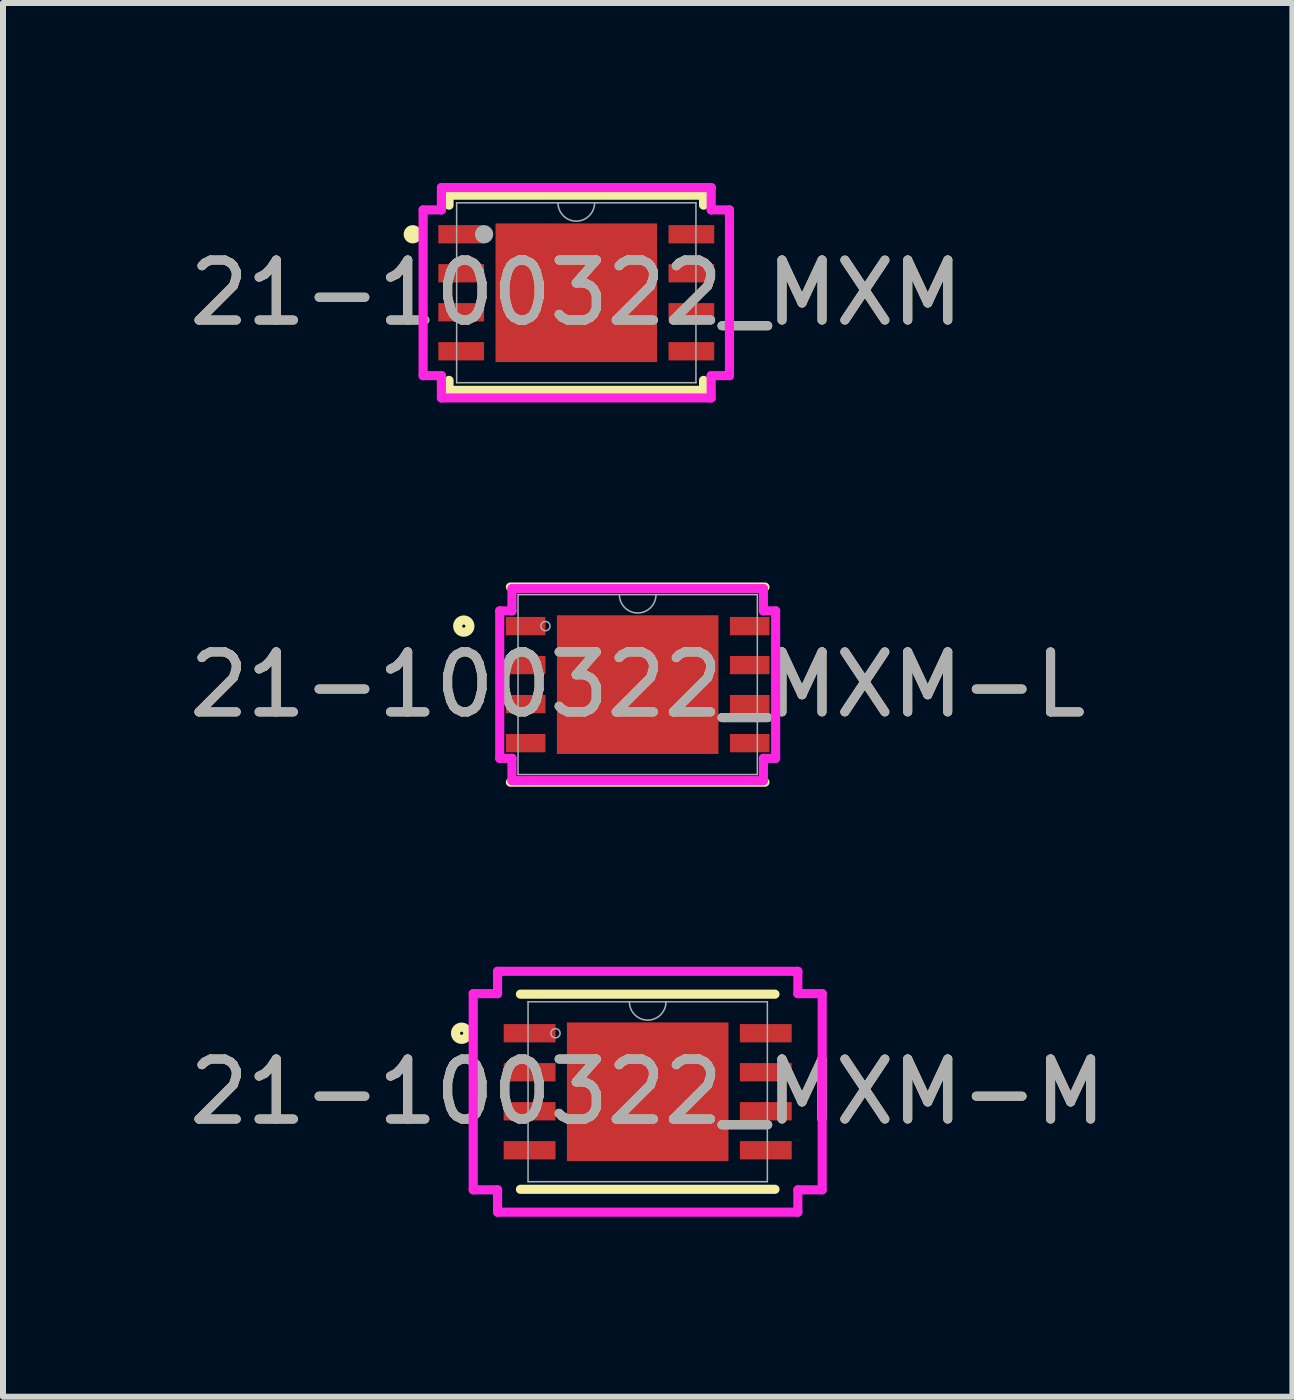
<source format=kicad_pcb>
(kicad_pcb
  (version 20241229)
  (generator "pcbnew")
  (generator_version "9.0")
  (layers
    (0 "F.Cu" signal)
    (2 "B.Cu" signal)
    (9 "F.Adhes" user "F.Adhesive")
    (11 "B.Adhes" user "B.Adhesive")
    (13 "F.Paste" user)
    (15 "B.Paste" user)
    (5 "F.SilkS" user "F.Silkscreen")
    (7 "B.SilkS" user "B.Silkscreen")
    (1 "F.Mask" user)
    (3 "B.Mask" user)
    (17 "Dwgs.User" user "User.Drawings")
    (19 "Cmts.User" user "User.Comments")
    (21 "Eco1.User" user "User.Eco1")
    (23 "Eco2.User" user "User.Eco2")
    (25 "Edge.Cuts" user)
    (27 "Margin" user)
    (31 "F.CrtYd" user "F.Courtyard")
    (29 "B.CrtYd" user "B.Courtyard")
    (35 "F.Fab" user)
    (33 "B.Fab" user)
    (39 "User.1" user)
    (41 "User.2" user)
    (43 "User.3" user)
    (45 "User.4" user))
  (footprint "21-100322_MXM-M"
    (layer "F.Cu")
    (at 7.744 15.144)
    (property "Reference" "21-100322_MXM-M" (at 0 0 0) (unlocked yes) (layer "F.SilkS") (effects (font (size 1 1) (thickness 0.15))))
    (attr smd)
    (fp_line (start -2.121 1.626) (end 2.121 1.626) (stroke (width 0.152) (type solid)) (layer "F.SilkS"))
    (fp_line (start 2.121 -1.626) (end -2.121 -1.626) (stroke (width 0.152) (type solid)) (layer "F.SilkS"))
    (fp_circle (center -3.101 -0.975) (end -2.999 -0.975) (stroke (width 0.152) (type solid)) (fill no) (layer "F.SilkS"))
    (fp_line (start -2.908 -1.635) (end -2.502 -1.635) (stroke (width 0.152) (type solid)) (layer "F.CrtYd"))
    (fp_line (start -2.908 1.635) (end -2.908 -1.635) (stroke (width 0.152) (type solid)) (layer "F.CrtYd"))
    (fp_line (start -2.908 1.635) (end -2.502 1.635) (stroke (width 0.152) (type solid)) (layer "F.CrtYd"))
    (fp_line (start -2.502 -2.007) (end 2.502 -2.007) (stroke (width 0.152) (type solid)) (layer "F.CrtYd"))
    (fp_line (start -2.502 -1.635) (end -2.502 -2.007) (stroke (width 0.152) (type solid)) (layer "F.CrtYd"))
    (fp_line (start -2.502 2.007) (end -2.502 1.635) (stroke (width 0.152) (type solid)) (layer "F.CrtYd"))
    (fp_line (start 2.502 -2.007) (end 2.502 -1.635) (stroke (width 0.152) (type solid)) (layer "F.CrtYd"))
    (fp_line (start 2.502 1.635) (end 2.502 2.007) (stroke (width 0.152) (type solid)) (layer "F.CrtYd"))
    (fp_line (start 2.502 2.007) (end -2.502 2.007) (stroke (width 0.152) (type solid)) (layer "F.CrtYd"))
    (fp_line (start 2.908 -1.635) (end 2.502 -1.635) (stroke (width 0.152) (type solid)) (layer "F.CrtYd"))
    (fp_line (start 2.908 -1.635) (end 2.908 1.635) (stroke (width 0.152) (type solid)) (layer "F.CrtYd"))
    (fp_line (start 2.908 1.635) (end 2.502 1.635) (stroke (width 0.152) (type solid)) (layer "F.CrtYd"))
    (fp_line (start -1.994 -1.499) (end -1.994 1.499) (stroke (width 0.025) (type solid)) (layer "F.Fab"))
    (fp_line (start -1.994 1.499) (end 1.994 1.499) (stroke (width 0.025) (type solid)) (layer "F.Fab"))
    (fp_line (start 1.994 -1.499) (end -1.994 -1.499) (stroke (width 0.025) (type solid)) (layer "F.Fab"))
    (fp_line (start 1.994 1.499) (end 1.994 -1.499) (stroke (width 0.025) (type solid)) (layer "F.Fab"))
    (fp_arc (start 0.3048 -1.4986) (mid 0 -1.1938) (end -0.3048 -1.4986) (stroke (width 0.0254) (type solid)) (layer "F.Fab"))
    (fp_circle (center -1.537 -0.975) (end -1.46 -0.975) (stroke (width 0.025) (type solid)) (fill no) (layer "F.Fab"))
    (fp_text user "${REFERENCE}" (at 0 0 0) (unlocked yes) (layer "F.Fab") (effects (font (size 1 1) (thickness 0.15))))
    (pad "1" smd rect (at -1.968 -0.975) (size 0.864 0.305) (layers "F.Cu" "F.Mask" "F.Paste"))
    (pad "2" smd rect (at -1.968 -0.325) (size 0.864 0.305) (layers "F.Cu" "F.Mask" "F.Paste"))
    (pad "3" smd rect (at -1.968 0.325) (size 0.864 0.305) (layers "F.Cu" "F.Mask" "F.Paste"))
    (pad "4" smd rect (at -1.968 0.975) (size 0.864 0.305) (layers "F.Cu" "F.Mask" "F.Paste"))
    (pad "5" smd rect (at 1.968 0.975) (size 0.864 0.305) (layers "F.Cu" "F.Mask" "F.Paste"))
    (pad "6" smd rect (at 1.968 0.325) (size 0.864 0.305) (layers "F.Cu" "F.Mask" "F.Paste"))
    (pad "7" smd rect (at 1.968 -0.325) (size 0.864 0.305) (layers "F.Cu" "F.Mask" "F.Paste"))
    (pad "8" smd rect (at 1.968 -0.975) (size 0.864 0.305) (layers "F.Cu" "F.Mask" "F.Paste"))
    (pad "9" smd rect (at 0 0) (size 2.692 2.311) (layers "F.Cu" "F.Mask" "F.Paste")))
  (footprint "21-100322_MXM-L"
    (layer "F.Cu")
    (at 7.577 8.359)
    (property "Reference" "21-100322_MXM-L" (at 0 0 0) (unlocked yes) (layer "F.SilkS") (effects (font (size 1 1) (thickness 0.15))))
    (attr smd)
    (fp_line (start -2.121 1.626) (end 2.121 1.626) (stroke (width 0.152) (type solid)) (layer "F.SilkS"))
    (fp_line (start 2.121 -1.626) (end -2.121 -1.626) (stroke (width 0.152) (type solid)) (layer "F.SilkS"))
    (fp_circle (center -2.898 -0.975) (end -2.796 -0.975) (stroke (width 0.152) (type solid)) (fill no) (layer "F.SilkS"))
    (fp_line (start -2.299 -1.229) (end -2.095 -1.229) (stroke (width 0.152) (type solid)) (layer "F.CrtYd"))
    (fp_line (start -2.299 1.229) (end -2.299 -1.229) (stroke (width 0.152) (type solid)) (layer "F.CrtYd"))
    (fp_line (start -2.299 1.229) (end -2.095 1.229) (stroke (width 0.152) (type solid)) (layer "F.CrtYd"))
    (fp_line (start -2.095 -1.6) (end 2.095 -1.6) (stroke (width 0.152) (type solid)) (layer "F.CrtYd"))
    (fp_line (start -2.095 -1.229) (end -2.095 -1.6) (stroke (width 0.152) (type solid)) (layer "F.CrtYd"))
    (fp_line (start -2.095 1.6) (end -2.095 1.229) (stroke (width 0.152) (type solid)) (layer "F.CrtYd"))
    (fp_line (start 2.095 -1.6) (end 2.095 -1.229) (stroke (width 0.152) (type solid)) (layer "F.CrtYd"))
    (fp_line (start 2.095 1.229) (end 2.095 1.6) (stroke (width 0.152) (type solid)) (layer "F.CrtYd"))
    (fp_line (start 2.095 1.6) (end -2.095 1.6) (stroke (width 0.152) (type solid)) (layer "F.CrtYd"))
    (fp_line (start 2.299 -1.229) (end 2.095 -1.229) (stroke (width 0.152) (type solid)) (layer "F.CrtYd"))
    (fp_line (start 2.299 -1.229) (end 2.299 1.229) (stroke (width 0.152) (type solid)) (layer "F.CrtYd"))
    (fp_line (start 2.299 1.229) (end 2.095 1.229) (stroke (width 0.152) (type solid)) (layer "F.CrtYd"))
    (fp_line (start -1.994 -1.499) (end -1.994 1.499) (stroke (width 0.025) (type solid)) (layer "F.Fab"))
    (fp_line (start -1.994 1.499) (end 1.994 1.499) (stroke (width 0.025) (type solid)) (layer "F.Fab"))
    (fp_line (start 1.994 -1.499) (end -1.994 -1.499) (stroke (width 0.025) (type solid)) (layer "F.Fab"))
    (fp_line (start 1.994 1.499) (end 1.994 -1.499) (stroke (width 0.025) (type solid)) (layer "F.Fab"))
    (fp_arc (start 0.3048 -1.4986) (mid 0 -1.1938) (end -0.3048 -1.4986) (stroke (width 0.0254) (type solid)) (layer "F.Fab"))
    (fp_circle (center -1.537 -0.975) (end -1.46 -0.975) (stroke (width 0.025) (type solid)) (fill no) (layer "F.Fab"))
    (fp_text user "${REFERENCE}" (at 0 0 0) (unlocked yes) (layer "F.Fab") (effects (font (size 1 1) (thickness 0.15))))
    (pad "1" smd rect (at -1.867 -0.975) (size 0.66 0.305) (layers "F.Cu" "F.Mask" "F.Paste"))
    (pad "2" smd rect (at -1.867 -0.325) (size 0.66 0.305) (layers "F.Cu" "F.Mask" "F.Paste"))
    (pad "3" smd rect (at -1.867 0.325) (size 0.66 0.305) (layers "F.Cu" "F.Mask" "F.Paste"))
    (pad "4" smd rect (at -1.867 0.975) (size 0.66 0.305) (layers "F.Cu" "F.Mask" "F.Paste"))
    (pad "5" smd rect (at 1.867 0.975) (size 0.66 0.305) (layers "F.Cu" "F.Mask" "F.Paste"))
    (pad "6" smd rect (at 1.867 0.325) (size 0.66 0.305) (layers "F.Cu" "F.Mask" "F.Paste"))
    (pad "7" smd rect (at 1.867 -0.325) (size 0.66 0.305) (layers "F.Cu" "F.Mask" "F.Paste"))
    (pad "8" smd rect (at 1.867 -0.975) (size 0.66 0.305) (layers "F.Cu" "F.Mask" "F.Paste"))
    (pad "9" smd rect (at 0 0) (size 2.692 2.311) (layers "F.Cu" "F.Mask" "F.Paste")))
  (footprint "21-100322_MXM"
    (layer "F.Cu")
    (at 6.554 1.829)
    (property "Reference" "21-100322_MXM" (at 0 0 0) (unlocked yes) (layer "F.SilkS") (effects (font (size 1 1) (thickness 0.15))))
    (attr smd)
    (fp_line (start -2.121 -1.626) (end -2.121 -1.46) (stroke (width 0.152) (type solid)) (layer "F.SilkS"))
    (fp_line (start -2.121 1.46) (end -2.121 1.626) (stroke (width 0.152) (type solid)) (layer "F.SilkS"))
    (fp_line (start -2.121 1.626) (end 2.121 1.626) (stroke (width 0.152) (type solid)) (layer "F.SilkS"))
    (fp_line (start 2.121 -1.626) (end -2.121 -1.626) (stroke (width 0.152) (type solid)) (layer "F.SilkS"))
    (fp_line (start 2.121 -1.46) (end 2.121 -1.626) (stroke (width 0.152) (type solid)) (layer "F.SilkS"))
    (fp_line (start 2.121 1.626) (end 2.121 1.46) (stroke (width 0.152) (type solid)) (layer "F.SilkS"))
    (fp_circle (center -2.725 -0.975) (end -2.649 -0.975) (stroke (width 0.152) (type solid)) (fill no) (layer "F.SilkS"))
    (fp_line (start -2.553 -1.381) (end -2.248 -1.381) (stroke (width 0.152) (type solid)) (layer "F.CrtYd"))
    (fp_line (start -2.553 1.381) (end -2.553 -1.381) (stroke (width 0.152) (type solid)) (layer "F.CrtYd"))
    (fp_line (start -2.553 1.381) (end -2.248 1.381) (stroke (width 0.152) (type solid)) (layer "F.CrtYd"))
    (fp_line (start -2.248 -1.753) (end 2.248 -1.753) (stroke (width 0.152) (type solid)) (layer "F.CrtYd"))
    (fp_line (start -2.248 -1.381) (end -2.248 -1.753) (stroke (width 0.152) (type solid)) (layer "F.CrtYd"))
    (fp_line (start -2.248 1.753) (end -2.248 1.381) (stroke (width 0.152) (type solid)) (layer "F.CrtYd"))
    (fp_line (start 2.248 -1.753) (end 2.248 -1.381) (stroke (width 0.152) (type solid)) (layer "F.CrtYd"))
    (fp_line (start 2.248 1.381) (end 2.248 1.753) (stroke (width 0.152) (type solid)) (layer "F.CrtYd"))
    (fp_line (start 2.248 1.753) (end -2.248 1.753) (stroke (width 0.152) (type solid)) (layer "F.CrtYd"))
    (fp_line (start 2.553 -1.381) (end 2.248 -1.381) (stroke (width 0.152) (type solid)) (layer "F.CrtYd"))
    (fp_line (start 2.553 -1.381) (end 2.553 1.381) (stroke (width 0.152) (type solid)) (layer "F.CrtYd"))
    (fp_line (start 2.553 1.381) (end 2.248 1.381) (stroke (width 0.152) (type solid)) (layer "F.CrtYd"))
    (fp_line (start -1.994 -1.499) (end -1.994 1.499) (stroke (width 0.025) (type solid)) (layer "F.Fab"))
    (fp_line (start -1.994 1.499) (end 1.994 1.499) (stroke (width 0.025) (type solid)) (layer "F.Fab"))
    (fp_line (start 1.994 -1.499) (end -1.994 -1.499) (stroke (width 0.025) (type solid)) (layer "F.Fab"))
    (fp_line (start 1.994 1.499) (end 1.994 -1.499) (stroke (width 0.025) (type solid)) (layer "F.Fab"))
    (fp_arc (start 0.3048 -1.4986) (mid 0 -1.1938) (end -0.3048 -1.4986) (stroke (width 0.0254) (type solid)) (layer "F.Fab"))
    (fp_circle (center -1.537 -0.975) (end -1.537 -0.975) (stroke (width 0.152) (type solid)) (fill no) (layer "F.Fab"))
    (fp_text user "${REFERENCE}" (at 0 0 0) (unlocked yes) (layer "F.Fab") (effects (font (size 1 1) (thickness 0.15))))
    (pad "1" smd rect (at -1.918 -0.975) (size 0.762 0.305) (layers "F.Cu" "F.Mask" "F.Paste"))
    (pad "2" smd rect (at -1.918 -0.325) (size 0.762 0.305) (layers "F.Cu" "F.Mask" "F.Paste"))
    (pad "3" smd rect (at -1.918 0.325) (size 0.762 0.305) (layers "F.Cu" "F.Mask" "F.Paste"))
    (pad "4" smd rect (at -1.918 0.975) (size 0.762 0.305) (layers "F.Cu" "F.Mask" "F.Paste"))
    (pad "5" smd rect (at 1.918 0.975) (size 0.762 0.305) (layers "F.Cu" "F.Mask" "F.Paste"))
    (pad "6" smd rect (at 1.918 0.325) (size 0.762 0.305) (layers "F.Cu" "F.Mask" "F.Paste"))
    (pad "7" smd rect (at 1.918 -0.325) (size 0.762 0.305) (layers "F.Cu" "F.Mask" "F.Paste"))
    (pad "8" smd rect (at 1.918 -0.975) (size 0.762 0.305) (layers "F.Cu" "F.Mask" "F.Paste"))
    (pad "9" smd rect (at 0 0) (size 2.692 2.311) (layers "F.Cu" "F.Mask" "F.Paste")))
  (gr_rect
    (start -3 -3)
    (end 18.488 20.227)
    (stroke (width 0.1) (type default))
    (fill no)
    (layer "Edge.Cuts")))
</source>
